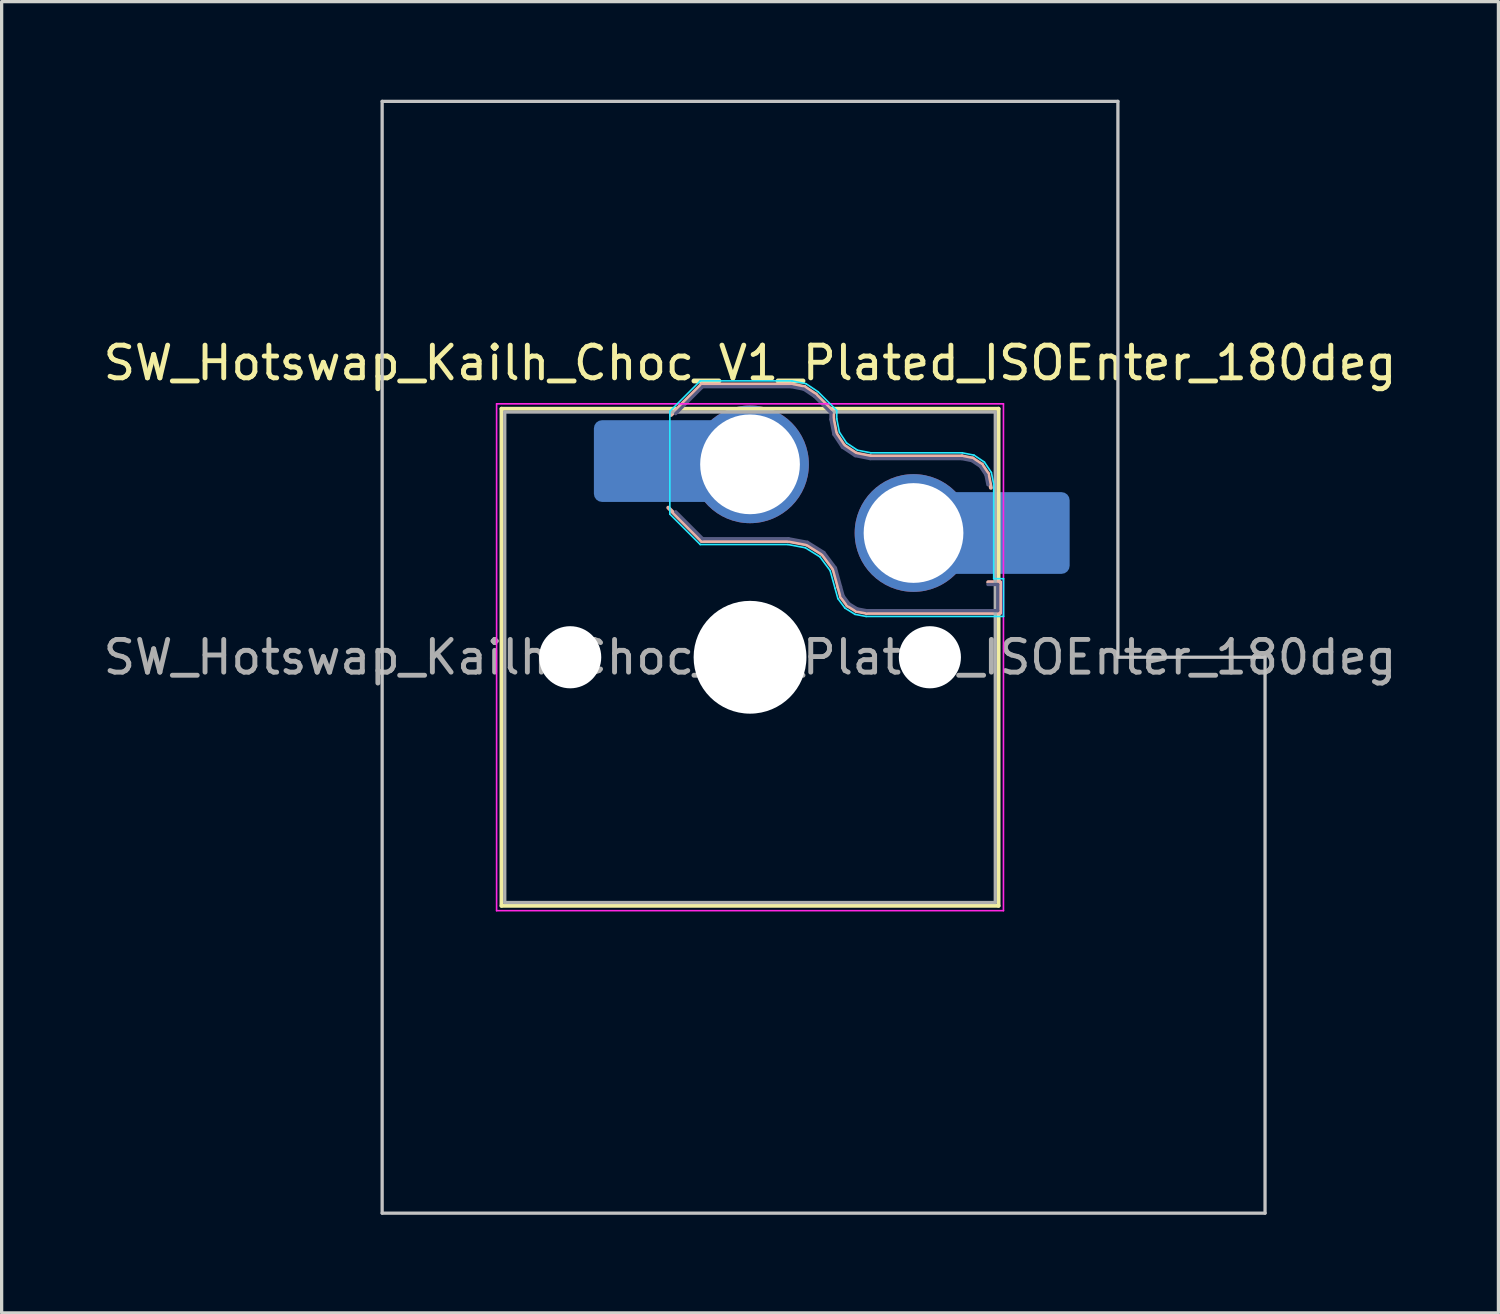
<source format=kicad_pcb>
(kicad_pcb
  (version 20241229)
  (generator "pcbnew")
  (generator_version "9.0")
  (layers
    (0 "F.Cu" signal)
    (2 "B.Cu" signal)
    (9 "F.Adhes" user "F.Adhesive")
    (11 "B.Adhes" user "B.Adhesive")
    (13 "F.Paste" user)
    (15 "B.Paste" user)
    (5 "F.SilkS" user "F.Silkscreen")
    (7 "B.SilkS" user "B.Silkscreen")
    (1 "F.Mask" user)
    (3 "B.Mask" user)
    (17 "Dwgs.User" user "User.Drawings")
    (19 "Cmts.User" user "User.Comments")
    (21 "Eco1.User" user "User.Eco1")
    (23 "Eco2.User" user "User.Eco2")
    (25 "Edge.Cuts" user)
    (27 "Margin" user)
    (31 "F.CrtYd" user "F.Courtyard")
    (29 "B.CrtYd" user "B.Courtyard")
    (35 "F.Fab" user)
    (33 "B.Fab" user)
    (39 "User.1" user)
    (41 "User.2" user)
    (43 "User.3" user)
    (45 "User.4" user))
  (footprint "SW_Hotswap_Kailh_Choc_V1_Plated_ISOEnter_180deg"
    (layer "F.Cu")
    (at 19.887 17.05)
    (property "Reference" "SW_Hotswap_Kailh_Choc_V1_Plated_ISOEnter_180deg" (at 0 -9 0) (layer "F.SilkS") (effects (font (size 1 1) (thickness 0.15))))
    (attr smd)
    (fp_line (start -7.6 -7.6) (end -7.6 7.6) (stroke (width 0.12) (type solid)) (layer "F.SilkS"))
    (fp_line (start -7.6 7.6) (end 7.6 7.6) (stroke (width 0.12) (type solid)) (layer "F.SilkS"))
    (fp_line (start 7.6 -7.6) (end -7.6 -7.6) (stroke (width 0.12) (type solid)) (layer "F.SilkS"))
    (fp_line (start 7.6 7.6) (end 7.6 -7.6) (stroke (width 0.12) (type solid)) (layer "F.SilkS"))
    (fp_line (start -2.416 -7.409) (end -1.479 -8.346) (stroke (width 0.12) (type solid)) (layer "B.SilkS"))
    (fp_line (start -1.479 -8.346) (end 1.268 -8.346) (stroke (width 0.12) (type solid)) (layer "B.SilkS"))
    (fp_line (start -1.479 -3.554) (end -2.5 -4.575) (stroke (width 0.12) (type solid)) (layer "B.SilkS"))
    (fp_line (start 1.168 -3.554) (end -1.479 -3.554) (stroke (width 0.12) (type solid)) (layer "B.SilkS"))
    (fp_line (start 1.268 -8.346) (end 1.671 -8.266) (stroke (width 0.12) (type solid)) (layer "B.SilkS"))
    (fp_line (start 1.671 -8.266) (end 2.013 -8.037) (stroke (width 0.12) (type solid)) (layer "B.SilkS"))
    (fp_line (start 1.73 -3.449) (end 1.168 -3.554) (stroke (width 0.12) (type solid)) (layer "B.SilkS"))
    (fp_line (start 2.013 -8.037) (end 2.546 -7.504) (stroke (width 0.12) (type solid)) (layer "B.SilkS"))
    (fp_line (start 2.209 -3.15) (end 1.73 -3.449) (stroke (width 0.12) (type solid)) (layer "B.SilkS"))
    (fp_line (start 2.546 -7.504) (end 2.546 -7.282) (stroke (width 0.12) (type solid)) (layer "B.SilkS"))
    (fp_line (start 2.546 -7.282) (end 2.633 -6.844) (stroke (width 0.12) (type solid)) (layer "B.SilkS"))
    (fp_line (start 2.547 -2.697) (end 2.209 -3.15) (stroke (width 0.12) (type solid)) (layer "B.SilkS"))
    (fp_line (start 2.633 -6.844) (end 2.877 -6.477) (stroke (width 0.12) (type solid)) (layer "B.SilkS"))
    (fp_line (start 2.701 -2.139) (end 2.547 -2.697) (stroke (width 0.12) (type solid)) (layer "B.SilkS"))
    (fp_line (start 2.783 -1.841) (end 2.701 -2.139) (stroke (width 0.12) (type solid)) (layer "B.SilkS"))
    (fp_line (start 2.877 -6.477) (end 3.244 -6.233) (stroke (width 0.12) (type solid)) (layer "B.SilkS"))
    (fp_line (start 2.976 -1.583) (end 2.783 -1.841) (stroke (width 0.12) (type solid)) (layer "B.SilkS"))
    (fp_line (start 3.244 -6.233) (end 3.682 -6.146) (stroke (width 0.12) (type solid)) (layer "B.SilkS"))
    (fp_line (start 3.25 -1.413) (end 2.976 -1.583) (stroke (width 0.12) (type solid)) (layer "B.SilkS"))
    (fp_line (start 3.56 -1.354) (end 3.25 -1.413) (stroke (width 0.12) (type solid)) (layer "B.SilkS"))
    (fp_line (start 3.682 -6.146) (end 6.482 -6.146) (stroke (width 0.12) (type solid)) (layer "B.SilkS"))
    (fp_line (start 6.482 -6.146) (end 6.809 -6.081) (stroke (width 0.12) (type solid)) (layer "B.SilkS"))
    (fp_line (start 6.809 -6.081) (end 7.092 -5.892) (stroke (width 0.12) (type solid)) (layer "B.SilkS"))
    (fp_line (start 7.092 -5.892) (end 7.281 -5.609) (stroke (width 0.12) (type solid)) (layer "B.SilkS"))
    (fp_line (start 7.281 -5.609) (end 7.366 -5.182) (stroke (width 0.12) (type solid)) (layer "B.SilkS"))
    (fp_line (start 7.283 -2.296) (end 7.646 -2.296) (stroke (width 0.12) (type solid)) (layer "B.SilkS"))
    (fp_line (start 7.646 -2.296) (end 7.646 -1.354) (stroke (width 0.12) (type solid)) (layer "B.SilkS"))
    (fp_line (start 7.646 -1.354) (end 3.56 -1.354) (stroke (width 0.12) (type solid)) (layer "B.SilkS"))
    (fp_line (start -11.25 -17) (end -11.25 17) (stroke (width 0.1) (type solid)) (layer "Dwgs.User"))
    (fp_line (start -11.25 17) (end 15.75 17) (stroke (width 0.1) (type solid)) (layer "Dwgs.User"))
    (fp_line (start 11.25 -17) (end -11.25 -17) (stroke (width 0.1) (type solid)) (layer "Dwgs.User"))
    (fp_line (start 11.25 0) (end 11.25 -17) (stroke (width 0.1) (type solid)) (layer "Dwgs.User"))
    (fp_line (start 15.75 0) (end 11.25 0) (stroke (width 0.1) (type solid)) (layer "Dwgs.User"))
    (fp_line (start 15.75 17) (end 15.75 0) (stroke (width 0.1) (type solid)) (layer "Dwgs.User"))
    (fp_line (start -7.25 -7.25) (end -7.25 7.25) (stroke (width 0.1) (type solid)) (layer "Eco1.User"))
    (fp_line (start -7.25 7.25) (end 7.25 7.25) (stroke (width 0.1) (type solid)) (layer "Eco1.User"))
    (fp_line (start 7.25 -7.25) (end -7.25 -7.25) (stroke (width 0.1) (type solid)) (layer "Eco1.User"))
    (fp_line (start 7.25 7.25) (end 7.25 -7.25) (stroke (width 0.1) (type solid)) (layer "Eco1.User"))
    (fp_line (start -2.452 -7.523) (end -1.523 -8.452) (stroke (width 0.05) (type solid)) (layer "B.CrtYd"))
    (fp_line (start -2.452 -4.377) (end -2.452 -7.523) (stroke (width 0.05) (type solid)) (layer "B.CrtYd"))
    (fp_line (start -1.523 -8.452) (end 1.278 -8.452) (stroke (width 0.05) (type solid)) (layer "B.CrtYd"))
    (fp_line (start -1.523 -3.448) (end -2.452 -4.377) (stroke (width 0.05) (type solid)) (layer "B.CrtYd"))
    (fp_line (start 1.159 -3.448) (end -1.523 -3.448) (stroke (width 0.05) (type solid)) (layer "B.CrtYd"))
    (fp_line (start 1.278 -8.452) (end 1.712 -8.366) (stroke (width 0.05) (type solid)) (layer "B.CrtYd"))
    (fp_line (start 1.691 -3.348) (end 1.159 -3.448) (stroke (width 0.05) (type solid)) (layer "B.CrtYd"))
    (fp_line (start 1.712 -8.366) (end 2.081 -8.119) (stroke (width 0.05) (type solid)) (layer "B.CrtYd"))
    (fp_line (start 2.081 -8.119) (end 2.652 -7.548) (stroke (width 0.05) (type solid)) (layer "B.CrtYd"))
    (fp_line (start 2.136 -3.071) (end 1.691 -3.348) (stroke (width 0.05) (type solid)) (layer "B.CrtYd"))
    (fp_line (start 2.45 -2.65) (end 2.136 -3.071) (stroke (width 0.05) (type solid)) (layer "B.CrtYd"))
    (fp_line (start 2.599 -2.111) (end 2.45 -2.65) (stroke (width 0.05) (type solid)) (layer "B.CrtYd"))
    (fp_line (start 2.652 -7.548) (end 2.652 -7.292) (stroke (width 0.05) (type solid)) (layer "B.CrtYd"))
    (fp_line (start 2.652 -7.292) (end 2.733 -6.885) (stroke (width 0.05) (type solid)) (layer "B.CrtYd"))
    (fp_line (start 2.687 -1.794) (end 2.599 -2.111) (stroke (width 0.05) (type solid)) (layer "B.CrtYd"))
    (fp_line (start 2.733 -6.885) (end 2.953 -6.553) (stroke (width 0.05) (type solid)) (layer "B.CrtYd"))
    (fp_line (start 2.903 -1.503) (end 2.687 -1.794) (stroke (width 0.05) (type solid)) (layer "B.CrtYd"))
    (fp_line (start 2.953 -6.553) (end 3.285 -6.333) (stroke (width 0.05) (type solid)) (layer "B.CrtYd"))
    (fp_line (start 3.211 -1.312) (end 2.903 -1.503) (stroke (width 0.05) (type solid)) (layer "B.CrtYd"))
    (fp_line (start 3.285 -6.333) (end 3.692 -6.252) (stroke (width 0.05) (type solid)) (layer "B.CrtYd"))
    (fp_line (start 3.55 -1.248) (end 3.211 -1.312) (stroke (width 0.05) (type solid)) (layer "B.CrtYd"))
    (fp_line (start 3.692 -6.252) (end 6.492 -6.252) (stroke (width 0.05) (type solid)) (layer "B.CrtYd"))
    (fp_line (start 6.492 -6.252) (end 6.85 -6.181) (stroke (width 0.05) (type solid)) (layer "B.CrtYd"))
    (fp_line (start 6.85 -6.181) (end 7.168 -5.968) (stroke (width 0.05) (type solid)) (layer "B.CrtYd"))
    (fp_line (start 7.168 -5.968) (end 7.381 -5.65) (stroke (width 0.05) (type solid)) (layer "B.CrtYd"))
    (fp_line (start 7.381 -5.65) (end 7.452 -5.292) (stroke (width 0.05) (type solid)) (layer "B.CrtYd"))
    (fp_line (start 7.452 -5.292) (end 7.452 -2.402) (stroke (width 0.05) (type solid)) (layer "B.CrtYd"))
    (fp_line (start 7.452 -2.402) (end 7.752 -2.402) (stroke (width 0.05) (type solid)) (layer "B.CrtYd"))
    (fp_line (start 7.752 -2.402) (end 7.752 -1.248) (stroke (width 0.05) (type solid)) (layer "B.CrtYd"))
    (fp_line (start 7.752 -1.248) (end 3.55 -1.248) (stroke (width 0.05) (type solid)) (layer "B.CrtYd"))
    (fp_line (start -7.75 -7.75) (end -7.75 7.75) (stroke (width 0.05) (type solid)) (layer "F.CrtYd"))
    (fp_line (start -7.75 7.75) (end 7.75 7.75) (stroke (width 0.05) (type solid)) (layer "F.CrtYd"))
    (fp_line (start 7.75 -7.75) (end -7.75 -7.75) (stroke (width 0.05) (type solid)) (layer "F.CrtYd"))
    (fp_line (start 7.75 7.75) (end 7.75 -7.75) (stroke (width 0.05) (type solid)) (layer "F.CrtYd"))
    (fp_line (start -2.275 -7.45) (end -1.45 -8.275) (stroke (width 0.1) (type solid)) (layer "B.Fab"))
    (fp_line (start -1.45 -8.275) (end 1.261 -8.275) (stroke (width 0.1) (type solid)) (layer "B.Fab"))
    (fp_line (start -1.45 -3.625) (end -2.275 -4.45) (stroke (width 0.1) (type solid)) (layer "B.Fab"))
    (fp_line (start 1.175 -3.625) (end -1.45 -3.625) (stroke (width 0.1) (type solid)) (layer "B.Fab"))
    (fp_line (start 1.261 -8.275) (end 1.643 -8.199) (stroke (width 0.1) (type solid)) (layer "B.Fab"))
    (fp_line (start 1.643 -8.199) (end 1.968 -7.982) (stroke (width 0.1) (type solid)) (layer "B.Fab"))
    (fp_line (start 1.756 -3.516) (end 1.175 -3.625) (stroke (width 0.1) (type solid)) (layer "B.Fab"))
    (fp_line (start 1.968 -7.982) (end 2.475 -7.475) (stroke (width 0.1) (type solid)) (layer "B.Fab"))
    (fp_line (start 2.258 -3.203) (end 1.756 -3.516) (stroke (width 0.1) (type solid)) (layer "B.Fab"))
    (fp_line (start 2.475 -7.475) (end 2.475 -7.275) (stroke (width 0.1) (type solid)) (layer "B.Fab"))
    (fp_line (start 2.475 -7.275) (end 2.566 -6.816) (stroke (width 0.1) (type solid)) (layer "B.Fab"))
    (fp_line (start 2.566 -6.816) (end 2.826 -6.426) (stroke (width 0.1) (type solid)) (layer "B.Fab"))
    (fp_line (start 2.612 -2.729) (end 2.258 -3.203) (stroke (width 0.1) (type solid)) (layer "B.Fab"))
    (fp_line (start 2.769 -2.158) (end 2.612 -2.729) (stroke (width 0.1) (type solid)) (layer "B.Fab"))
    (fp_line (start 2.826 -6.426) (end 3.216 -6.166) (stroke (width 0.1) (type solid)) (layer "B.Fab"))
    (fp_line (start 2.848 -1.873) (end 2.769 -2.158) (stroke (width 0.1) (type solid)) (layer "B.Fab"))
    (fp_line (start 3.025 -1.636) (end 2.848 -1.873) (stroke (width 0.1) (type solid)) (layer "B.Fab"))
    (fp_line (start 3.216 -6.166) (end 3.675 -6.075) (stroke (width 0.1) (type solid)) (layer "B.Fab"))
    (fp_line (start 3.276 -1.48) (end 3.025 -1.636) (stroke (width 0.1) (type solid)) (layer "B.Fab"))
    (fp_line (start 3.567 -1.425) (end 3.276 -1.48) (stroke (width 0.1) (type solid)) (layer "B.Fab"))
    (fp_line (start 3.675 -6.075) (end 6.475 -6.075) (stroke (width 0.1) (type solid)) (layer "B.Fab"))
    (fp_line (start 6.475 -6.075) (end 6.781 -6.014) (stroke (width 0.1) (type solid)) (layer "B.Fab"))
    (fp_line (start 6.781 -6.014) (end 7.041 -5.841) (stroke (width 0.1) (type solid)) (layer "B.Fab"))
    (fp_line (start 7.041 -5.841) (end 7.214 -5.581) (stroke (width 0.1) (type solid)) (layer "B.Fab"))
    (fp_line (start 7.214 -5.581) (end 7.275 -5.275) (stroke (width 0.1) (type solid)) (layer "B.Fab"))
    (fp_line (start 7.275 -2.225) (end 7.575 -2.225) (stroke (width 0.1) (type solid)) (layer "B.Fab"))
    (fp_line (start 7.575 -2.225) (end 7.575 -1.425) (stroke (width 0.1) (type solid)) (layer "B.Fab"))
    (fp_line (start 7.575 -1.425) (end 3.567 -1.425) (stroke (width 0.1) (type solid)) (layer "B.Fab"))
    (fp_line (start -7.5 -7.5) (end -7.5 7.5) (stroke (width 0.1) (type solid)) (layer "F.Fab"))
    (fp_line (start -7.5 7.5) (end 7.5 7.5) (stroke (width 0.1) (type solid)) (layer "F.Fab"))
    (fp_line (start 7.5 -7.5) (end -7.5 -7.5) (stroke (width 0.1) (type solid)) (layer "F.Fab"))
    (fp_line (start 7.5 7.5) (end 7.5 -7.5) (stroke (width 0.1) (type solid)) (layer "F.Fab"))
    (fp_text user "${REFERENCE}" (at 0 0 0) (layer "F.Fab") (effects (font (size 1 1) (thickness 0.15))))
    (pad "" np_thru_hole circle (at -5.5 0) (size 1.9 1.9) (drill 1.9) (layers "*.Cu" "*.Mask"))
    (pad "" smd roundrect (at -3.5 -6) (size 2.55 2.5) (layers "B.Mask" "B.Paste") (roundrect_rratio 0.1))
    (pad "" np_thru_hole circle (at 0 0) (size 3.45 3.45) (drill 3.45) (layers "*.Cu" "*.Mask"))
    (pad "" np_thru_hole circle (at 5.5 0) (size 1.9 1.9) (drill 1.9) (layers "*.Cu" "*.Mask"))
    (pad "" smd roundrect (at 8.5 -3.8) (size 2.55 2.5) (layers "B.Mask" "B.Paste") (roundrect_rratio 0.1))
    (pad "1" smd roundrect (at -2.85 -6) (size 3.85 2.5) (layers "B.Cu") (roundrect_rratio 0.1))
    (pad "1" thru_hole circle (at 0 -5.9) (size 3.6 3.6) (drill 3.05) (layers "*.Cu" "*.Mask"))
    (pad "2" thru_hole circle (at 5 -3.8) (size 3.6 3.6) (drill 3.05) (layers "*.Cu" "*.Mask"))
    (pad "2" smd roundrect (at 7.85 -3.8) (size 3.85 2.5) (layers "B.Cu") (roundrect_rratio 0.1)))
  (gr_rect
    (start -3 -3)
    (end 42.774 37.1)
    (stroke (width 0.1) (type default))
    (fill no)
    (layer "Edge.Cuts")))
</source>
